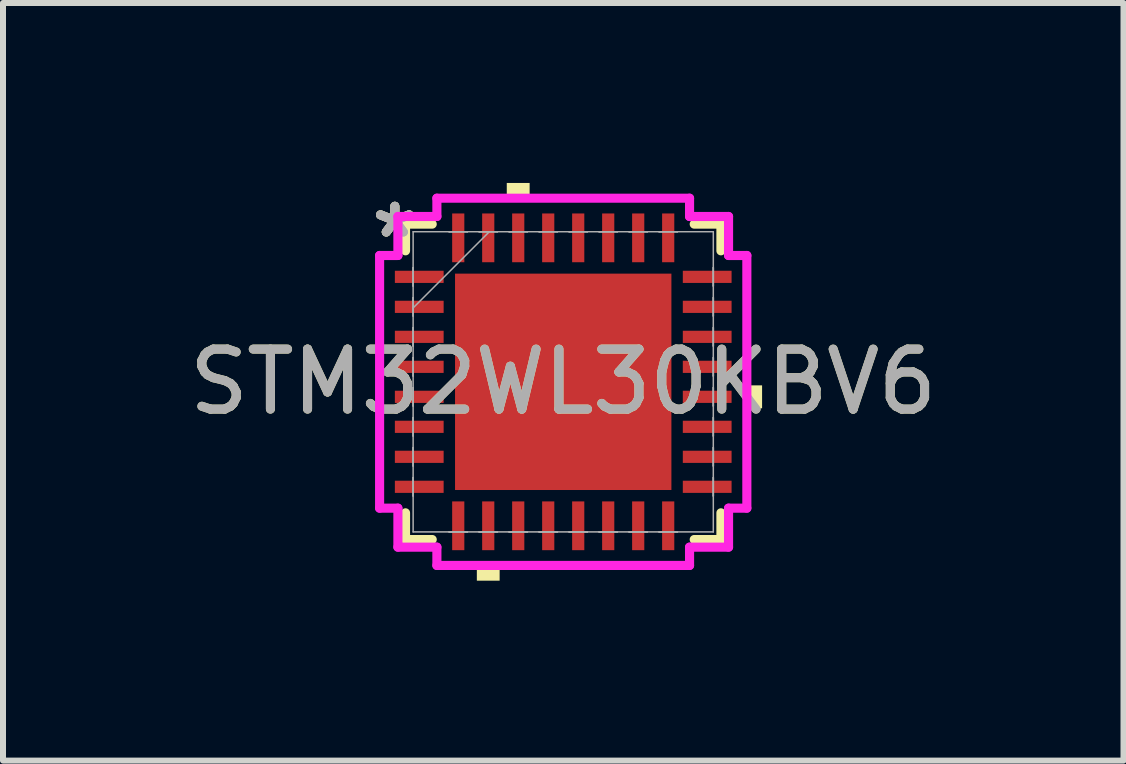
<source format=kicad_pcb>
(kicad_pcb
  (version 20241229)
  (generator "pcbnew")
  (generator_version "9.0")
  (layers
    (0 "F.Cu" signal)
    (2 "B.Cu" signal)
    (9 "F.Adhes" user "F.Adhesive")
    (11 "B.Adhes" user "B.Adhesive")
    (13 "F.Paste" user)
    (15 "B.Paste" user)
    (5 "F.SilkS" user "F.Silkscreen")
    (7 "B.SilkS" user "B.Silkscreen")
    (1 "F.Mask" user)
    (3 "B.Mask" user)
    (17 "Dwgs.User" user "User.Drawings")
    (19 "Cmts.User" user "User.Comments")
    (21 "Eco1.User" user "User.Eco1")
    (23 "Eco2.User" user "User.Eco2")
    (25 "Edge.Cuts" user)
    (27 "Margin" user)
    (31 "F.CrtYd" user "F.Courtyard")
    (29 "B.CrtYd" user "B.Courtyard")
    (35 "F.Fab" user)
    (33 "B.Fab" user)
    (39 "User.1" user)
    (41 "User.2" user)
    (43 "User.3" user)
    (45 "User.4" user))
  (footprint "STM32WL30KBV6"
    (layer "F.Cu")
    (at 6.339 3.315)
    (property "Reference" "STM32WL30KBV6" (at 0 0 0) (unlocked yes) (layer "F.SilkS") (effects (font (size 1 1) (thickness 0.15))))
    (attr smd)
    (fp_line (start -2.629 -2.629) (end -2.629 -2.184) (stroke (width 0.152) (type solid)) (layer "F.SilkS"))
    (fp_line (start -2.629 2.184) (end -2.629 2.629) (stroke (width 0.152) (type solid)) (layer "F.SilkS"))
    (fp_line (start -2.629 2.629) (end -2.184 2.629) (stroke (width 0.152) (type solid)) (layer "F.SilkS"))
    (fp_line (start -2.184 -2.629) (end -2.629 -2.629) (stroke (width 0.152) (type solid)) (layer "F.SilkS"))
    (fp_line (start 2.184 2.629) (end 2.629 2.629) (stroke (width 0.152) (type solid)) (layer "F.SilkS"))
    (fp_line (start 2.629 -2.629) (end 2.184 -2.629) (stroke (width 0.152) (type solid)) (layer "F.SilkS"))
    (fp_line (start 2.629 -2.184) (end 2.629 -2.629) (stroke (width 0.152) (type solid)) (layer "F.SilkS"))
    (fp_line (start 2.629 2.629) (end 2.629 2.184) (stroke (width 0.152) (type solid)) (layer "F.SilkS"))
    (fp_poly (pts (xy -1.44 3.061) (xy -1.44 3.315) (xy -1.06 3.315) (xy -1.06 3.061)) (stroke (width 0) (type solid)) (fill yes) (layer "F.SilkS"))
    (fp_poly (pts (xy -0.941 -3.061) (xy -0.941 -3.315) (xy -0.56 -3.315) (xy -0.56 -3.061)) (stroke (width 0) (type solid)) (fill yes) (layer "F.SilkS"))
    (fp_poly (pts (xy 3.315 0.059) (xy 3.315 0.441) (xy 3.061 0.441) (xy 3.061 0.059)) (stroke (width 0) (type solid)) (fill yes) (layer "F.SilkS"))
    (fp_line (start -3.061 -2.106) (end -2.756 -2.106) (stroke (width 0.152) (type solid)) (layer "F.CrtYd"))
    (fp_line (start -3.061 2.106) (end -3.061 -2.106) (stroke (width 0.152) (type solid)) (layer "F.CrtYd"))
    (fp_line (start -2.756 -2.756) (end -2.106 -2.756) (stroke (width 0.152) (type solid)) (layer "F.CrtYd"))
    (fp_line (start -2.756 -2.106) (end -2.756 -2.756) (stroke (width 0.152) (type solid)) (layer "F.CrtYd"))
    (fp_line (start -2.756 2.106) (end -3.061 2.106) (stroke (width 0.152) (type solid)) (layer "F.CrtYd"))
    (fp_line (start -2.756 2.756) (end -2.756 2.106) (stroke (width 0.152) (type solid)) (layer "F.CrtYd"))
    (fp_line (start -2.106 -3.061) (end 2.106 -3.061) (stroke (width 0.152) (type solid)) (layer "F.CrtYd"))
    (fp_line (start -2.106 -2.756) (end -2.106 -3.061) (stroke (width 0.152) (type solid)) (layer "F.CrtYd"))
    (fp_line (start -2.106 2.756) (end -2.756 2.756) (stroke (width 0.152) (type solid)) (layer "F.CrtYd"))
    (fp_line (start -2.106 3.061) (end -2.106 2.756) (stroke (width 0.152) (type solid)) (layer "F.CrtYd"))
    (fp_line (start 2.106 -3.061) (end 2.106 -2.756) (stroke (width 0.152) (type solid)) (layer "F.CrtYd"))
    (fp_line (start 2.106 -2.756) (end 2.756 -2.756) (stroke (width 0.152) (type solid)) (layer "F.CrtYd"))
    (fp_line (start 2.106 2.756) (end 2.106 3.061) (stroke (width 0.152) (type solid)) (layer "F.CrtYd"))
    (fp_line (start 2.106 3.061) (end -2.106 3.061) (stroke (width 0.152) (type solid)) (layer "F.CrtYd"))
    (fp_line (start 2.756 -2.756) (end 2.756 -2.106) (stroke (width 0.152) (type solid)) (layer "F.CrtYd"))
    (fp_line (start 2.756 -2.106) (end 3.061 -2.106) (stroke (width 0.152) (type solid)) (layer "F.CrtYd"))
    (fp_line (start 2.756 2.106) (end 2.756 2.756) (stroke (width 0.152) (type solid)) (layer "F.CrtYd"))
    (fp_line (start 2.756 2.756) (end 2.106 2.756) (stroke (width 0.152) (type solid)) (layer "F.CrtYd"))
    (fp_line (start 3.061 -2.106) (end 3.061 2.106) (stroke (width 0.152) (type solid)) (layer "F.CrtYd"))
    (fp_line (start 3.061 2.106) (end 2.756 2.106) (stroke (width 0.152) (type solid)) (layer "F.CrtYd"))
    (fp_line (start -2.502 -2.502) (end -2.502 2.502) (stroke (width 0.025) (type solid)) (layer "F.Fab"))
    (fp_line (start -2.502 -1.902) (end -2.502 -1.902) (stroke (width 0.025) (type solid)) (layer "F.Fab"))
    (fp_line (start -2.502 -1.902) (end -2.502 -1.598) (stroke (width 0.025) (type solid)) (layer "F.Fab"))
    (fp_line (start -2.502 -1.598) (end -2.502 -1.902) (stroke (width 0.025) (type solid)) (layer "F.Fab"))
    (fp_line (start -2.502 -1.598) (end -2.502 -1.598) (stroke (width 0.025) (type solid)) (layer "F.Fab"))
    (fp_line (start -2.502 -1.402) (end -2.502 -1.402) (stroke (width 0.025) (type solid)) (layer "F.Fab"))
    (fp_line (start -2.502 -1.402) (end -2.502 -1.098) (stroke (width 0.025) (type solid)) (layer "F.Fab"))
    (fp_line (start -2.502 -1.232) (end -1.232 -2.502) (stroke (width 0.025) (type solid)) (layer "F.Fab"))
    (fp_line (start -2.502 -1.098) (end -2.502 -1.402) (stroke (width 0.025) (type solid)) (layer "F.Fab"))
    (fp_line (start -2.502 -1.098) (end -2.502 -1.098) (stroke (width 0.025) (type solid)) (layer "F.Fab"))
    (fp_line (start -2.502 -0.902) (end -2.502 -0.902) (stroke (width 0.025) (type solid)) (layer "F.Fab"))
    (fp_line (start -2.502 -0.902) (end -2.502 -0.598) (stroke (width 0.025) (type solid)) (layer "F.Fab"))
    (fp_line (start -2.502 -0.598) (end -2.502 -0.902) (stroke (width 0.025) (type solid)) (layer "F.Fab"))
    (fp_line (start -2.502 -0.598) (end -2.502 -0.598) (stroke (width 0.025) (type solid)) (layer "F.Fab"))
    (fp_line (start -2.502 -0.402) (end -2.502 -0.402) (stroke (width 0.025) (type solid)) (layer "F.Fab"))
    (fp_line (start -2.502 -0.402) (end -2.502 -0.098) (stroke (width 0.025) (type solid)) (layer "F.Fab"))
    (fp_line (start -2.502 -0.098) (end -2.502 -0.402) (stroke (width 0.025) (type solid)) (layer "F.Fab"))
    (fp_line (start -2.502 -0.098) (end -2.502 -0.098) (stroke (width 0.025) (type solid)) (layer "F.Fab"))
    (fp_line (start -2.502 0.098) (end -2.502 0.098) (stroke (width 0.025) (type solid)) (layer "F.Fab"))
    (fp_line (start -2.502 0.098) (end -2.502 0.402) (stroke (width 0.025) (type solid)) (layer "F.Fab"))
    (fp_line (start -2.502 0.402) (end -2.502 0.098) (stroke (width 0.025) (type solid)) (layer "F.Fab"))
    (fp_line (start -2.502 0.402) (end -2.502 0.402) (stroke (width 0.025) (type solid)) (layer "F.Fab"))
    (fp_line (start -2.502 0.598) (end -2.502 0.598) (stroke (width 0.025) (type solid)) (layer "F.Fab"))
    (fp_line (start -2.502 0.598) (end -2.502 0.902) (stroke (width 0.025) (type solid)) (layer "F.Fab"))
    (fp_line (start -2.502 0.902) (end -2.502 0.598) (stroke (width 0.025) (type solid)) (layer "F.Fab"))
    (fp_line (start -2.502 0.902) (end -2.502 0.902) (stroke (width 0.025) (type solid)) (layer "F.Fab"))
    (fp_line (start -2.502 1.098) (end -2.502 1.098) (stroke (width 0.025) (type solid)) (layer "F.Fab"))
    (fp_line (start -2.502 1.098) (end -2.502 1.402) (stroke (width 0.025) (type solid)) (layer "F.Fab"))
    (fp_line (start -2.502 1.402) (end -2.502 1.098) (stroke (width 0.025) (type solid)) (layer "F.Fab"))
    (fp_line (start -2.502 1.402) (end -2.502 1.402) (stroke (width 0.025) (type solid)) (layer "F.Fab"))
    (fp_line (start -2.502 1.598) (end -2.502 1.598) (stroke (width 0.025) (type solid)) (layer "F.Fab"))
    (fp_line (start -2.502 1.598) (end -2.502 1.902) (stroke (width 0.025) (type solid)) (layer "F.Fab"))
    (fp_line (start -2.502 1.902) (end -2.502 1.598) (stroke (width 0.025) (type solid)) (layer "F.Fab"))
    (fp_line (start -2.502 1.902) (end -2.502 1.902) (stroke (width 0.025) (type solid)) (layer "F.Fab"))
    (fp_line (start -2.502 2.502) (end 2.502 2.502) (stroke (width 0.025) (type solid)) (layer "F.Fab"))
    (fp_line (start -1.902 -2.502) (end -1.902 -2.502) (stroke (width 0.025) (type solid)) (layer "F.Fab"))
    (fp_line (start -1.902 -2.502) (end -1.598 -2.502) (stroke (width 0.025) (type solid)) (layer "F.Fab"))
    (fp_line (start -1.902 2.502) (end -1.902 2.502) (stroke (width 0.025) (type solid)) (layer "F.Fab"))
    (fp_line (start -1.902 2.502) (end -1.598 2.502) (stroke (width 0.025) (type solid)) (layer "F.Fab"))
    (fp_line (start -1.598 -2.502) (end -1.902 -2.502) (stroke (width 0.025) (type solid)) (layer "F.Fab"))
    (fp_line (start -1.598 -2.502) (end -1.598 -2.502) (stroke (width 0.025) (type solid)) (layer "F.Fab"))
    (fp_line (start -1.598 2.502) (end -1.902 2.502) (stroke (width 0.025) (type solid)) (layer "F.Fab"))
    (fp_line (start -1.598 2.502) (end -1.598 2.502) (stroke (width 0.025) (type solid)) (layer "F.Fab"))
    (fp_line (start -1.402 -2.502) (end -1.402 -2.502) (stroke (width 0.025) (type solid)) (layer "F.Fab"))
    (fp_line (start -1.402 -2.502) (end -1.098 -2.502) (stroke (width 0.025) (type solid)) (layer "F.Fab"))
    (fp_line (start -1.402 2.502) (end -1.402 2.502) (stroke (width 0.025) (type solid)) (layer "F.Fab"))
    (fp_line (start -1.402 2.502) (end -1.098 2.502) (stroke (width 0.025) (type solid)) (layer "F.Fab"))
    (fp_line (start -1.098 -2.502) (end -1.402 -2.502) (stroke (width 0.025) (type solid)) (layer "F.Fab"))
    (fp_line (start -1.098 -2.502) (end -1.098 -2.502) (stroke (width 0.025) (type solid)) (layer "F.Fab"))
    (fp_line (start -1.098 2.502) (end -1.402 2.502) (stroke (width 0.025) (type solid)) (layer "F.Fab"))
    (fp_line (start -1.098 2.502) (end -1.098 2.502) (stroke (width 0.025) (type solid)) (layer "F.Fab"))
    (fp_line (start -0.902 -2.502) (end -0.902 -2.502) (stroke (width 0.025) (type solid)) (layer "F.Fab"))
    (fp_line (start -0.902 -2.502) (end -0.598 -2.502) (stroke (width 0.025) (type solid)) (layer "F.Fab"))
    (fp_line (start -0.902 2.502) (end -0.902 2.502) (stroke (width 0.025) (type solid)) (layer "F.Fab"))
    (fp_line (start -0.902 2.502) (end -0.598 2.502) (stroke (width 0.025) (type solid)) (layer "F.Fab"))
    (fp_line (start -0.598 -2.502) (end -0.902 -2.502) (stroke (width 0.025) (type solid)) (layer "F.Fab"))
    (fp_line (start -0.598 -2.502) (end -0.598 -2.502) (stroke (width 0.025) (type solid)) (layer "F.Fab"))
    (fp_line (start -0.598 2.502) (end -0.902 2.502) (stroke (width 0.025) (type solid)) (layer "F.Fab"))
    (fp_line (start -0.598 2.502) (end -0.598 2.502) (stroke (width 0.025) (type solid)) (layer "F.Fab"))
    (fp_line (start -0.402 -2.502) (end -0.402 -2.502) (stroke (width 0.025) (type solid)) (layer "F.Fab"))
    (fp_line (start -0.402 -2.502) (end -0.098 -2.502) (stroke (width 0.025) (type solid)) (layer "F.Fab"))
    (fp_line (start -0.402 2.502) (end -0.402 2.502) (stroke (width 0.025) (type solid)) (layer "F.Fab"))
    (fp_line (start -0.402 2.502) (end -0.098 2.502) (stroke (width 0.025) (type solid)) (layer "F.Fab"))
    (fp_line (start -0.098 -2.502) (end -0.402 -2.502) (stroke (width 0.025) (type solid)) (layer "F.Fab"))
    (fp_line (start -0.098 -2.502) (end -0.098 -2.502) (stroke (width 0.025) (type solid)) (layer "F.Fab"))
    (fp_line (start -0.098 2.502) (end -0.402 2.502) (stroke (width 0.025) (type solid)) (layer "F.Fab"))
    (fp_line (start -0.098 2.502) (end -0.098 2.502) (stroke (width 0.025) (type solid)) (layer "F.Fab"))
    (fp_line (start 0.098 -2.502) (end 0.098 -2.502) (stroke (width 0.025) (type solid)) (layer "F.Fab"))
    (fp_line (start 0.098 -2.502) (end 0.402 -2.502) (stroke (width 0.025) (type solid)) (layer "F.Fab"))
    (fp_line (start 0.098 2.502) (end 0.098 2.502) (stroke (width 0.025) (type solid)) (layer "F.Fab"))
    (fp_line (start 0.098 2.502) (end 0.402 2.502) (stroke (width 0.025) (type solid)) (layer "F.Fab"))
    (fp_line (start 0.402 -2.502) (end 0.098 -2.502) (stroke (width 0.025) (type solid)) (layer "F.Fab"))
    (fp_line (start 0.402 -2.502) (end 0.402 -2.502) (stroke (width 0.025) (type solid)) (layer "F.Fab"))
    (fp_line (start 0.402 2.502) (end 0.098 2.502) (stroke (width 0.025) (type solid)) (layer "F.Fab"))
    (fp_line (start 0.402 2.502) (end 0.402 2.502) (stroke (width 0.025) (type solid)) (layer "F.Fab"))
    (fp_line (start 0.598 -2.502) (end 0.598 -2.502) (stroke (width 0.025) (type solid)) (layer "F.Fab"))
    (fp_line (start 0.598 -2.502) (end 0.902 -2.502) (stroke (width 0.025) (type solid)) (layer "F.Fab"))
    (fp_line (start 0.598 2.502) (end 0.598 2.502) (stroke (width 0.025) (type solid)) (layer "F.Fab"))
    (fp_line (start 0.598 2.502) (end 0.902 2.502) (stroke (width 0.025) (type solid)) (layer "F.Fab"))
    (fp_line (start 0.902 -2.502) (end 0.598 -2.502) (stroke (width 0.025) (type solid)) (layer "F.Fab"))
    (fp_line (start 0.902 -2.502) (end 0.902 -2.502) (stroke (width 0.025) (type solid)) (layer "F.Fab"))
    (fp_line (start 0.902 2.502) (end 0.598 2.502) (stroke (width 0.025) (type solid)) (layer "F.Fab"))
    (fp_line (start 0.902 2.502) (end 0.902 2.502) (stroke (width 0.025) (type solid)) (layer "F.Fab"))
    (fp_line (start 1.098 -2.502) (end 1.098 -2.502) (stroke (width 0.025) (type solid)) (layer "F.Fab"))
    (fp_line (start 1.098 -2.502) (end 1.402 -2.502) (stroke (width 0.025) (type solid)) (layer "F.Fab"))
    (fp_line (start 1.098 2.502) (end 1.098 2.502) (stroke (width 0.025) (type solid)) (layer "F.Fab"))
    (fp_line (start 1.098 2.502) (end 1.402 2.502) (stroke (width 0.025) (type solid)) (layer "F.Fab"))
    (fp_line (start 1.402 -2.502) (end 1.098 -2.502) (stroke (width 0.025) (type solid)) (layer "F.Fab"))
    (fp_line (start 1.402 -2.502) (end 1.402 -2.502) (stroke (width 0.025) (type solid)) (layer "F.Fab"))
    (fp_line (start 1.402 2.502) (end 1.098 2.502) (stroke (width 0.025) (type solid)) (layer "F.Fab"))
    (fp_line (start 1.402 2.502) (end 1.402 2.502) (stroke (width 0.025) (type solid)) (layer "F.Fab"))
    (fp_line (start 1.598 -2.502) (end 1.598 -2.502) (stroke (width 0.025) (type solid)) (layer "F.Fab"))
    (fp_line (start 1.598 -2.502) (end 1.902 -2.502) (stroke (width 0.025) (type solid)) (layer "F.Fab"))
    (fp_line (start 1.598 2.502) (end 1.598 2.502) (stroke (width 0.025) (type solid)) (layer "F.Fab"))
    (fp_line (start 1.598 2.502) (end 1.902 2.502) (stroke (width 0.025) (type solid)) (layer "F.Fab"))
    (fp_line (start 1.902 -2.502) (end 1.598 -2.502) (stroke (width 0.025) (type solid)) (layer "F.Fab"))
    (fp_line (start 1.902 -2.502) (end 1.902 -2.502) (stroke (width 0.025) (type solid)) (layer "F.Fab"))
    (fp_line (start 1.902 2.502) (end 1.598 2.502) (stroke (width 0.025) (type solid)) (layer "F.Fab"))
    (fp_line (start 1.902 2.502) (end 1.902 2.502) (stroke (width 0.025) (type solid)) (layer "F.Fab"))
    (fp_line (start 2.502 -2.502) (end -2.502 -2.502) (stroke (width 0.025) (type solid)) (layer "F.Fab"))
    (fp_line (start 2.502 -1.902) (end 2.502 -1.902) (stroke (width 0.025) (type solid)) (layer "F.Fab"))
    (fp_line (start 2.502 -1.902) (end 2.502 -1.598) (stroke (width 0.025) (type solid)) (layer "F.Fab"))
    (fp_line (start 2.502 -1.598) (end 2.502 -1.902) (stroke (width 0.025) (type solid)) (layer "F.Fab"))
    (fp_line (start 2.502 -1.598) (end 2.502 -1.598) (stroke (width 0.025) (type solid)) (layer "F.Fab"))
    (fp_line (start 2.502 -1.402) (end 2.502 -1.402) (stroke (width 0.025) (type solid)) (layer "F.Fab"))
    (fp_line (start 2.502 -1.402) (end 2.502 -1.098) (stroke (width 0.025) (type solid)) (layer "F.Fab"))
    (fp_line (start 2.502 -1.098) (end 2.502 -1.402) (stroke (width 0.025) (type solid)) (layer "F.Fab"))
    (fp_line (start 2.502 -1.098) (end 2.502 -1.098) (stroke (width 0.025) (type solid)) (layer "F.Fab"))
    (fp_line (start 2.502 -0.902) (end 2.502 -0.902) (stroke (width 0.025) (type solid)) (layer "F.Fab"))
    (fp_line (start 2.502 -0.902) (end 2.502 -0.598) (stroke (width 0.025) (type solid)) (layer "F.Fab"))
    (fp_line (start 2.502 -0.598) (end 2.502 -0.902) (stroke (width 0.025) (type solid)) (layer "F.Fab"))
    (fp_line (start 2.502 -0.598) (end 2.502 -0.598) (stroke (width 0.025) (type solid)) (layer "F.Fab"))
    (fp_line (start 2.502 -0.402) (end 2.502 -0.402) (stroke (width 0.025) (type solid)) (layer "F.Fab"))
    (fp_line (start 2.502 -0.402) (end 2.502 -0.098) (stroke (width 0.025) (type solid)) (layer "F.Fab"))
    (fp_line (start 2.502 -0.098) (end 2.502 -0.402) (stroke (width 0.025) (type solid)) (layer "F.Fab"))
    (fp_line (start 2.502 -0.098) (end 2.502 -0.098) (stroke (width 0.025) (type solid)) (layer "F.Fab"))
    (fp_line (start 2.502 0.098) (end 2.502 0.098) (stroke (width 0.025) (type solid)) (layer "F.Fab"))
    (fp_line (start 2.502 0.098) (end 2.502 0.402) (stroke (width 0.025) (type solid)) (layer "F.Fab"))
    (fp_line (start 2.502 0.402) (end 2.502 0.098) (stroke (width 0.025) (type solid)) (layer "F.Fab"))
    (fp_line (start 2.502 0.402) (end 2.502 0.402) (stroke (width 0.025) (type solid)) (layer "F.Fab"))
    (fp_line (start 2.502 0.598) (end 2.502 0.598) (stroke (width 0.025) (type solid)) (layer "F.Fab"))
    (fp_line (start 2.502 0.598) (end 2.502 0.902) (stroke (width 0.025) (type solid)) (layer "F.Fab"))
    (fp_line (start 2.502 0.902) (end 2.502 0.598) (stroke (width 0.025) (type solid)) (layer "F.Fab"))
    (fp_line (start 2.502 0.902) (end 2.502 0.902) (stroke (width 0.025) (type solid)) (layer "F.Fab"))
    (fp_line (start 2.502 1.098) (end 2.502 1.098) (stroke (width 0.025) (type solid)) (layer "F.Fab"))
    (fp_line (start 2.502 1.098) (end 2.502 1.402) (stroke (width 0.025) (type solid)) (layer "F.Fab"))
    (fp_line (start 2.502 1.402) (end 2.502 1.098) (stroke (width 0.025) (type solid)) (layer "F.Fab"))
    (fp_line (start 2.502 1.402) (end 2.502 1.402) (stroke (width 0.025) (type solid)) (layer "F.Fab"))
    (fp_line (start 2.502 1.598) (end 2.502 1.598) (stroke (width 0.025) (type solid)) (layer "F.Fab"))
    (fp_line (start 2.502 1.598) (end 2.502 1.902) (stroke (width 0.025) (type solid)) (layer "F.Fab"))
    (fp_line (start 2.502 1.902) (end 2.502 1.598) (stroke (width 0.025) (type solid)) (layer "F.Fab"))
    (fp_line (start 2.502 1.902) (end 2.502 1.902) (stroke (width 0.025) (type solid)) (layer "F.Fab"))
    (fp_line (start 2.502 2.502) (end 2.502 -2.502) (stroke (width 0.025) (type solid)) (layer "F.Fab"))
    (fp_text user "*" (at -2.807 -2.381 0) (unlocked yes) (layer "F.SilkS") (effects (font (size 1 1) (thickness 0.15))))
    (fp_text user "*" (at -2.807 -2.381 0) (layer "F.SilkS") (effects (font (size 1 1) (thickness 0.15))))
    (fp_text user "${REFERENCE}" (at 0 0 0) (unlocked yes) (layer "F.Fab") (effects (font (size 1 1) (thickness 0.15))))
    (fp_text user "*" (at -2.807 -2.381 0) (unlocked yes) (layer "F.Fab") (effects (font (size 1 1) (thickness 0.15))))
    (fp_text user "*" (at -2.807 -2.381 0) (layer "F.Fab") (effects (font (size 1 1) (thickness 0.15))))
    (pad "1" smd rect (at -2.4 -1.75 90) (size 0.203 0.813) (layers "F.Cu" "F.Mask" "F.Paste"))
    (pad "2" smd rect (at -2.4 -1.25 90) (size 0.203 0.813) (layers "F.Cu" "F.Mask" "F.Paste"))
    (pad "3" smd rect (at -2.4 -0.75 90) (size 0.203 0.813) (layers "F.Cu" "F.Mask" "F.Paste"))
    (pad "4" smd rect (at -2.4 -0.25 90) (size 0.203 0.813) (layers "F.Cu" "F.Mask" "F.Paste"))
    (pad "5" smd rect (at -2.4 0.25 90) (size 0.203 0.813) (layers "F.Cu" "F.Mask" "F.Paste"))
    (pad "6" smd rect (at -2.4 0.75 90) (size 0.203 0.813) (layers "F.Cu" "F.Mask" "F.Paste"))
    (pad "7" smd rect (at -2.4 1.25 90) (size 0.203 0.813) (layers "F.Cu" "F.Mask" "F.Paste"))
    (pad "8" smd rect (at -2.4 1.75 90) (size 0.203 0.813) (layers "F.Cu" "F.Mask" "F.Paste"))
    (pad "9" smd rect (at -1.75 2.4) (size 0.203 0.813) (layers "F.Cu" "F.Mask" "F.Paste"))
    (pad "10" smd rect (at -1.25 2.4) (size 0.203 0.813) (layers "F.Cu" "F.Mask" "F.Paste"))
    (pad "11" smd rect (at -0.75 2.4) (size 0.203 0.813) (layers "F.Cu" "F.Mask" "F.Paste"))
    (pad "12" smd rect (at -0.25 2.4) (size 0.203 0.813) (layers "F.Cu" "F.Mask" "F.Paste"))
    (pad "13" smd rect (at 0.25 2.4) (size 0.203 0.813) (layers "F.Cu" "F.Mask" "F.Paste"))
    (pad "14" smd rect (at 0.75 2.4) (size 0.203 0.813) (layers "F.Cu" "F.Mask" "F.Paste"))
    (pad "15" smd rect (at 1.25 2.4) (size 0.203 0.813) (layers "F.Cu" "F.Mask" "F.Paste"))
    (pad "16" smd rect (at 1.75 2.4) (size 0.203 0.813) (layers "F.Cu" "F.Mask" "F.Paste"))
    (pad "17" smd rect (at 2.4 1.75 90) (size 0.203 0.813) (layers "F.Cu" "F.Mask" "F.Paste"))
    (pad "18" smd rect (at 2.4 1.25 90) (size 0.203 0.813) (layers "F.Cu" "F.Mask" "F.Paste"))
    (pad "19" smd rect (at 2.4 0.75 90) (size 0.203 0.813) (layers "F.Cu" "F.Mask" "F.Paste"))
    (pad "20" smd rect (at 2.4 0.25 90) (size 0.203 0.813) (layers "F.Cu" "F.Mask" "F.Paste"))
    (pad "21" smd rect (at 2.4 -0.25 90) (size 0.203 0.813) (layers "F.Cu" "F.Mask" "F.Paste"))
    (pad "22" smd rect (at 2.4 -0.75 90) (size 0.203 0.813) (layers "F.Cu" "F.Mask" "F.Paste"))
    (pad "23" smd rect (at 2.4 -1.25 90) (size 0.203 0.813) (layers "F.Cu" "F.Mask" "F.Paste"))
    (pad "24" smd rect (at 2.4 -1.75 90) (size 0.203 0.813) (layers "F.Cu" "F.Mask" "F.Paste"))
    (pad "25" smd rect (at 1.75 -2.4) (size 0.203 0.813) (layers "F.Cu" "F.Mask" "F.Paste"))
    (pad "26" smd rect (at 1.25 -2.4) (size 0.203 0.813) (layers "F.Cu" "F.Mask" "F.Paste"))
    (pad "27" smd rect (at 0.75 -2.4) (size 0.203 0.813) (layers "F.Cu" "F.Mask" "F.Paste"))
    (pad "28" smd rect (at 0.25 -2.4) (size 0.203 0.813) (layers "F.Cu" "F.Mask" "F.Paste"))
    (pad "29" smd rect (at -0.25 -2.4) (size 0.203 0.813) (layers "F.Cu" "F.Mask" "F.Paste"))
    (pad "30" smd rect (at -0.75 -2.4) (size 0.203 0.813) (layers "F.Cu" "F.Mask" "F.Paste"))
    (pad "31" smd rect (at -1.25 -2.4) (size 0.203 0.813) (layers "F.Cu" "F.Mask" "F.Paste"))
    (pad "32" smd rect (at -1.75 -2.4) (size 0.203 0.813) (layers "F.Cu" "F.Mask" "F.Paste"))
    (pad "33" smd rect (at 0 0) (size 3.607 3.607) (layers "F.Cu" "F.Mask" "F.Paste")))
  (gr_rect
    (start -3 -3)
    (end 15.679 9.629)
    (stroke (width 0.1) (type default))
    (fill no)
    (layer "Edge.Cuts")))
</source>
